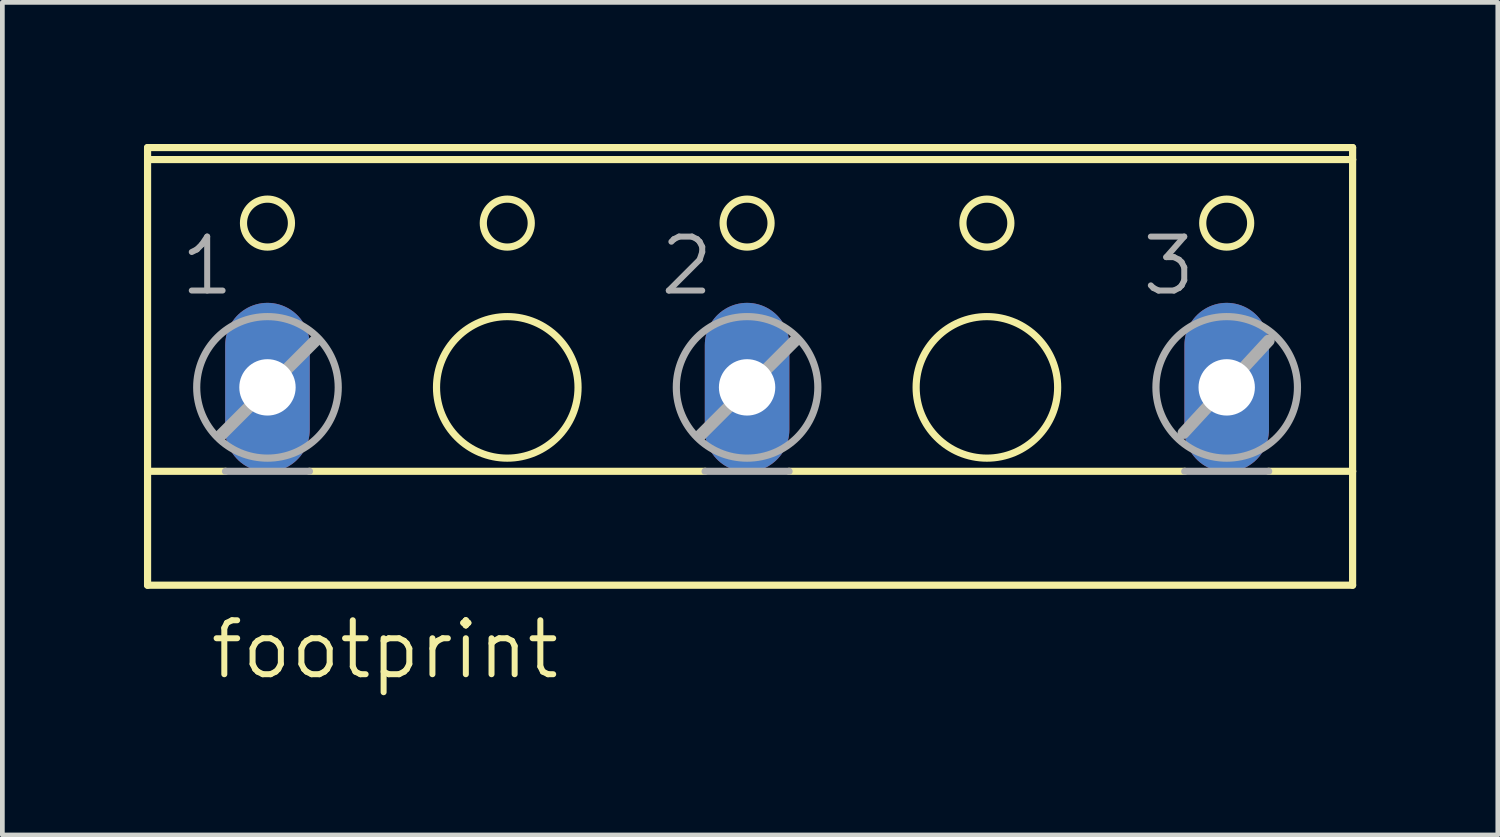
<source format=kicad_pcb>
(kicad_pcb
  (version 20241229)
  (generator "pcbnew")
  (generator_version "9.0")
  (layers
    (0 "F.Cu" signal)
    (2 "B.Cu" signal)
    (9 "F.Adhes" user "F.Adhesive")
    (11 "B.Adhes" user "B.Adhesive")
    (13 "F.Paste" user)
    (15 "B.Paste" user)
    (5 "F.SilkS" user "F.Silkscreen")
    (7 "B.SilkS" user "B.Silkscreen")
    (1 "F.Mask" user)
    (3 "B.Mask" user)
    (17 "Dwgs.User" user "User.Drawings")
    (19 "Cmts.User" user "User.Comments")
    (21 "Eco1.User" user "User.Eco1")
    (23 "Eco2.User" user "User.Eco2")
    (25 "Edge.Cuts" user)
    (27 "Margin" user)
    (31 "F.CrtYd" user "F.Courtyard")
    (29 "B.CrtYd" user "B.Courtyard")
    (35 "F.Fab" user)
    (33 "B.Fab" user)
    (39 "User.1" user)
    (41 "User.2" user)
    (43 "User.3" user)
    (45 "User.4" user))
  (footprint "footprint"
    (layer "F.Cu")
    (at 12.776 4.521)
    (property "Reference" "footprint" (at -11.43 6.858 0) (layer "F.SilkS") (effects (font (size 1.143 1.143) (thickness 0.127)) (justify left bottom)))
    (fp_line (start -12.7 -4.445) (end 12.827 -4.445) (stroke (width 0.152) (type solid)) (layer "F.SilkS"))
    (fp_line (start -12.7 -4.191) (end -12.7 -4.445) (stroke (width 0.152) (type solid)) (layer "F.SilkS"))
    (fp_line (start -12.7 2.413) (end -12.7 -4.191) (stroke (width 0.152) (type solid)) (layer "F.SilkS"))
    (fp_line (start -12.7 2.413) (end -11.049 2.413) (stroke (width 0.152) (type solid)) (layer "F.SilkS"))
    (fp_line (start -12.7 4.826) (end -12.7 2.413) (stroke (width 0.152) (type solid)) (layer "F.SilkS"))
    (fp_line (start -12.7 4.826) (end 12.827 4.826) (stroke (width 0.152) (type solid)) (layer "F.SilkS"))
    (fp_line (start -9.271 2.413) (end -0.889 2.413) (stroke (width 0.152) (type solid)) (layer "F.SilkS"))
    (fp_line (start 0.889 2.413) (end 9.271 2.413) (stroke (width 0.152) (type solid)) (layer "F.SilkS"))
    (fp_line (start 11.049 2.413) (end 12.827 2.413) (stroke (width 0.152) (type solid)) (layer "F.SilkS"))
    (fp_line (start 12.827 -4.191) (end -12.7 -4.191) (stroke (width 0.152) (type solid)) (layer "F.SilkS"))
    (fp_line (start 12.827 -4.191) (end 12.827 -4.445) (stroke (width 0.152) (type solid)) (layer "F.SilkS"))
    (fp_line (start 12.827 -4.191) (end 12.827 2.413) (stroke (width 0.152) (type solid)) (layer "F.SilkS"))
    (fp_line (start 12.827 2.413) (end 12.827 4.826) (stroke (width 0.152) (type solid)) (layer "F.SilkS"))
    (fp_circle (center -10.16 -2.845) (end -9.652 -2.845) (stroke (width 0.152) (type solid)) (fill no) (layer "F.SilkS"))
    (fp_circle (center -5.08 -2.845) (end -4.572 -2.845) (stroke (width 0.152) (type solid)) (fill no) (layer "F.SilkS"))
    (fp_circle (center -5.08 0.635) (end -3.581 0.635) (stroke (width 0.152) (type solid)) (fill no) (layer "F.SilkS"))
    (fp_circle (center 0 -2.845) (end 0.508 -2.845) (stroke (width 0.152) (type solid)) (fill no) (layer "F.SilkS"))
    (fp_circle (center 5.08 -2.845) (end 5.588 -2.845) (stroke (width 0.152) (type solid)) (fill no) (layer "F.SilkS"))
    (fp_circle (center 5.08 0.635) (end 6.579 0.635) (stroke (width 0.152) (type solid)) (fill no) (layer "F.SilkS"))
    (fp_circle (center 10.16 -2.845) (end 10.668 -2.845) (stroke (width 0.152) (type solid)) (fill no) (layer "F.SilkS"))
    (fp_line (start -11.151 1.651) (end -9.144 -0.356) (stroke (width 0.254) (type solid)) (layer "F.Fab"))
    (fp_line (start -11.049 2.413) (end -9.271 2.413) (stroke (width 0.152) (type solid)) (layer "F.Fab"))
    (fp_line (start -0.991 1.651) (end 1.016 -0.356) (stroke (width 0.254) (type solid)) (layer "F.Fab"))
    (fp_line (start -0.889 2.413) (end 0.889 2.413) (stroke (width 0.152) (type solid)) (layer "F.Fab"))
    (fp_line (start 9.246 1.6) (end 11.049 -0.356) (stroke (width 0.254) (type solid)) (layer "F.Fab"))
    (fp_line (start 9.271 2.413) (end 11.049 2.413) (stroke (width 0.152) (type solid)) (layer "F.Fab"))
    (fp_circle (center -10.16 0.635) (end -8.661 0.635) (stroke (width 0.152) (type solid)) (fill no) (layer "F.Fab"))
    (fp_circle (center 0 0.635) (end 1.499 0.635) (stroke (width 0.152) (type solid)) (fill no) (layer "F.Fab"))
    (fp_circle (center 10.16 0.635) (end 11.659 0.635) (stroke (width 0.152) (type solid)) (fill no) (layer "F.Fab"))
    (fp_text user "2" (at -1.905 -1.27 0) (layer "F.Fab") (effects (font (size 1.143 1.143) (thickness 0.127)) (justify left bottom)))
    (fp_text user "1" (at -12.065 -1.27 0) (layer "F.Fab") (effects (font (size 1.143 1.143) (thickness 0.127)) (justify left bottom)))
    (fp_text user "3" (at 8.306 -1.27 0) (layer "F.Fab") (effects (font (size 1.143 1.143) (thickness 0.127)) (justify left bottom)))
    (pad "1" thru_hole oval (at -10.16 0.635 90) (size 3.581 1.791) (drill 1.194) (layers "*.Cu" "*.Mask"))
    (pad "2" thru_hole oval (at 0 0.635 90) (size 3.581 1.791) (drill 1.194) (layers "*.Cu" "*.Mask"))
    (pad "3" thru_hole oval (at 10.16 0.635 90) (size 3.581 1.791) (drill 1.194) (layers "*.Cu" "*.Mask")))
  (gr_rect
    (start -3 -3)
    (end 28.679 14.638)
    (stroke (width 0.1) (type default))
    (fill no)
    (layer "Edge.Cuts")))
</source>
